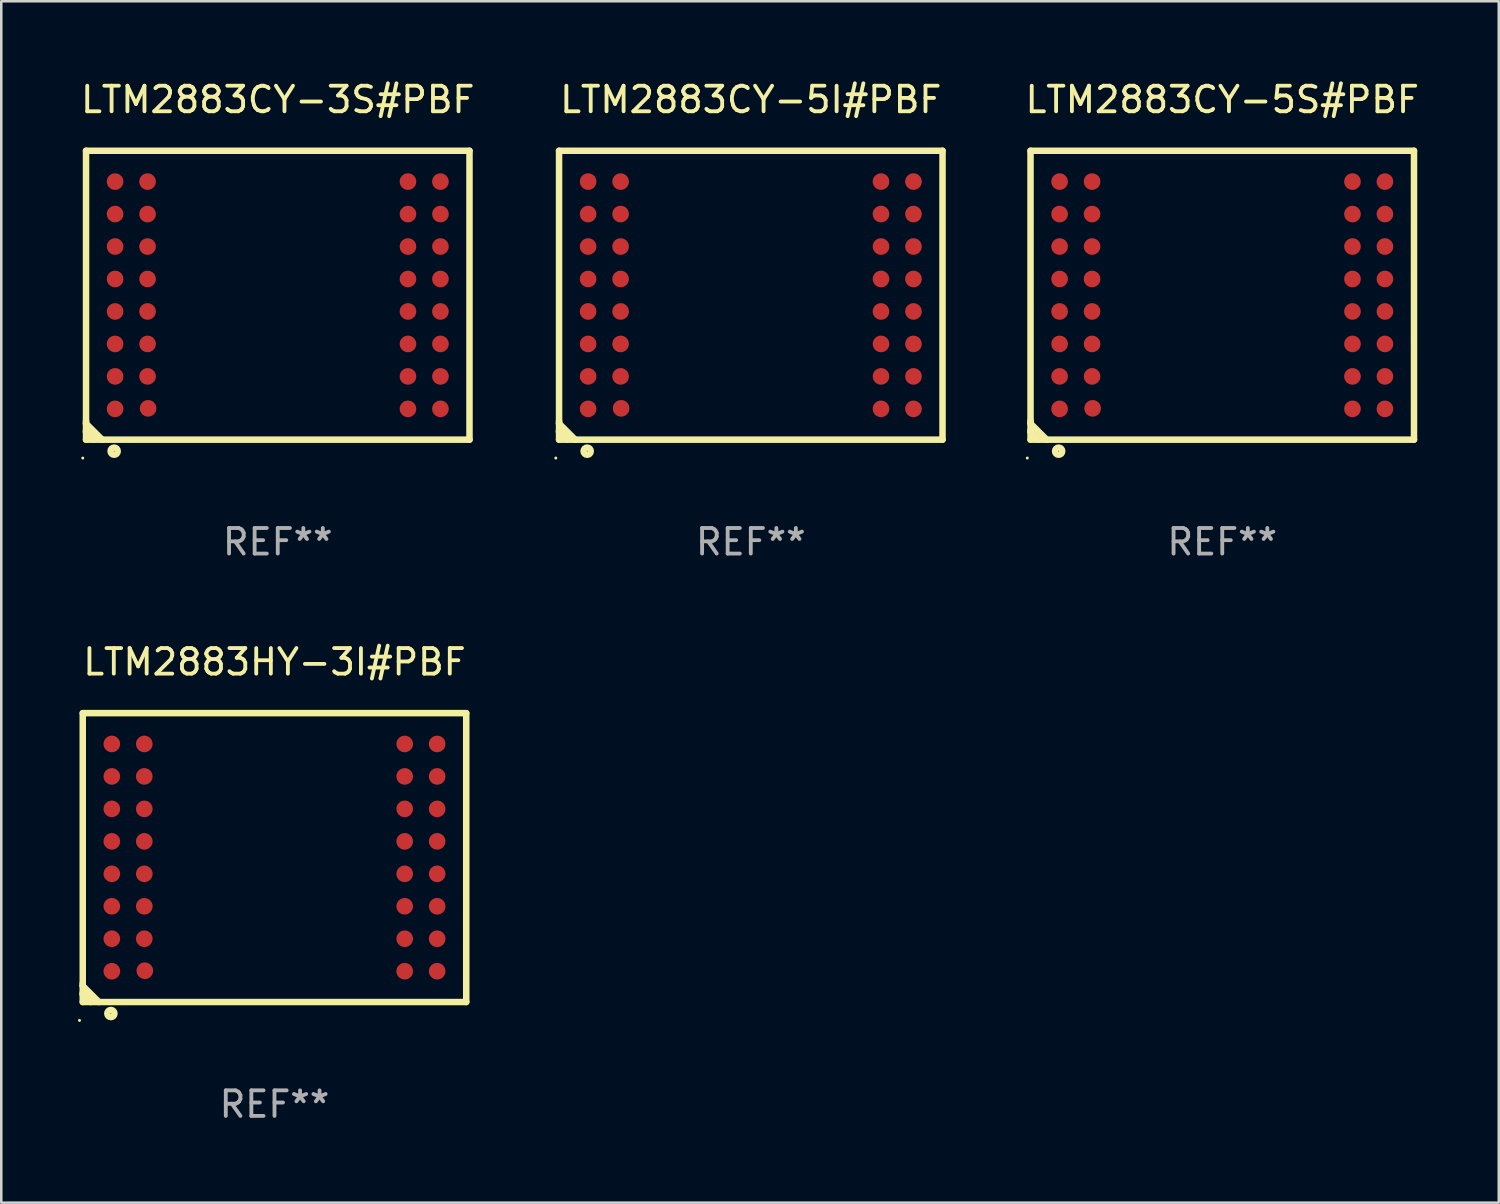
<source format=kicad_pcb>
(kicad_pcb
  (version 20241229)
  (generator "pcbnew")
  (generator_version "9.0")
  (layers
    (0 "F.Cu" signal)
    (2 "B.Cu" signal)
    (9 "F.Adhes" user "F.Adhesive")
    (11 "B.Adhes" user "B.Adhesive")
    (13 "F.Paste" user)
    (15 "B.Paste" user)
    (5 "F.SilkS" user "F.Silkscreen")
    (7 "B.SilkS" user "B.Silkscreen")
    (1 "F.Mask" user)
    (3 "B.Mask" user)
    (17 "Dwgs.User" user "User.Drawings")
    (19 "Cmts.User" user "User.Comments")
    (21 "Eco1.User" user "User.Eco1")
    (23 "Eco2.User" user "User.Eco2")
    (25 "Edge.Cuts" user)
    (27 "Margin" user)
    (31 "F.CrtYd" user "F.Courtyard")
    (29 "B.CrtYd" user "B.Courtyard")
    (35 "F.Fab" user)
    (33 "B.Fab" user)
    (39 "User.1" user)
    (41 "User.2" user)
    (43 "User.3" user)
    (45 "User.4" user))
  (footprint "LTM2883CY-3S#PBF"
    (layer "F.Cu")
    (at 7.815 8.498)
    (property "Reference" "LTM2883CY-3S#PBF" (at 0 -7.65 0) (layer "F.SilkS") (effects (font (size 1 1) (thickness 0.15))))
    (attr through_hole)
    (fp_line (start -7.5 -5.65) (end -7.5 5.65) (stroke (width 0.254) (type solid)) (layer "F.SilkS"))
    (fp_line (start -7.5 -5.65) (end 7.5 -5.65) (stroke (width 0.254) (type solid)) (layer "F.SilkS"))
    (fp_line (start -7.5 4.911) (end -7.5 5.02) (stroke (width 0.254) (type solid)) (layer "F.SilkS"))
    (fp_line (start -7.5 5.02) (end -6.87 5.65) (stroke (width 0.254) (type solid)) (layer "F.SilkS"))
    (fp_line (start -7.5 5.286) (end -7.5 5.347) (stroke (width 0.254) (type solid)) (layer "F.SilkS"))
    (fp_line (start -7.5 5.347) (end -7.197 5.65) (stroke (width 0.254) (type solid)) (layer "F.SilkS"))
    (fp_line (start -7.5 5.65) (end 7.5 5.65) (stroke (width 0.254) (type solid)) (layer "F.SilkS"))
    (fp_line (start 7.5 -5.65) (end 7.5 5.65) (stroke (width 0.254) (type solid)) (layer "F.SilkS"))
    (fp_circle (center -7.627 6.369) (end -7.597 6.369) (stroke (width 0.06) (type solid)) (fill no) (layer "F.SilkS"))
    (fp_circle (center -6.4 6.1) (end -6.259 6.1) (stroke (width 0.254) (type solid)) (fill no) (layer "F.SilkS"))
    (fp_text user "REF**" (at 0 9.65 0) (layer "F.Fab") (effects (font (size 1 1) (thickness 0.15))))
    (pad "A1" smd circle (at -6.363 4.445) (size 0.65 0.65) (layers "F.Cu" "F.Mask" "F.Paste"))
    (pad "A2" smd circle (at -6.363 3.175) (size 0.65 0.65) (layers "F.Cu" "F.Mask" "F.Paste"))
    (pad "A3" smd circle (at -6.363 1.905) (size 0.65 0.65) (layers "F.Cu" "F.Mask" "F.Paste"))
    (pad "A4" smd circle (at -6.363 0.635) (size 0.65 0.65) (layers "F.Cu" "F.Mask" "F.Paste"))
    (pad "A5" smd circle (at -6.363 -0.635) (size 0.65 0.65) (layers "F.Cu" "F.Mask" "F.Paste"))
    (pad "A6" smd circle (at -6.363 -1.905) (size 0.65 0.65) (layers "F.Cu" "F.Mask" "F.Paste"))
    (pad "A7" smd circle (at -6.363 -3.175) (size 0.65 0.65) (layers "F.Cu" "F.Mask" "F.Paste"))
    (pad "A8" smd circle (at -6.363 -4.445) (size 0.65 0.65) (layers "F.Cu" "F.Mask" "F.Paste"))
    (pad "B1" smd circle (at -5.072 4.425) (size 0.65 0.65) (layers "F.Cu" "F.Mask" "F.Paste"))
    (pad "B2" smd circle (at -5.093 3.175) (size 0.65 0.65) (layers "F.Cu" "F.Mask" "F.Paste"))
    (pad "B3" smd circle (at -5.093 1.905) (size 0.65 0.65) (layers "F.Cu" "F.Mask" "F.Paste"))
    (pad "B4" smd circle (at -5.093 0.635) (size 0.65 0.65) (layers "F.Cu" "F.Mask" "F.Paste"))
    (pad "B5" smd circle (at -5.093 -0.635) (size 0.65 0.65) (layers "F.Cu" "F.Mask" "F.Paste"))
    (pad "B6" smd circle (at -5.093 -1.905) (size 0.65 0.65) (layers "F.Cu" "F.Mask" "F.Paste"))
    (pad "B7" smd circle (at -5.093 -3.175) (size 0.65 0.65) (layers "F.Cu" "F.Mask" "F.Paste"))
    (pad "B8" smd circle (at -5.093 -4.445) (size 0.65 0.65) (layers "F.Cu" "F.Mask" "F.Paste"))
    (pad "K1" smd circle (at 5.093 4.445) (size 0.65 0.65) (layers "F.Cu" "F.Mask" "F.Paste"))
    (pad "K2" smd circle (at 5.093 3.175) (size 0.65 0.65) (layers "F.Cu" "F.Mask" "F.Paste"))
    (pad "K3" smd circle (at 5.093 1.905) (size 0.65 0.65) (layers "F.Cu" "F.Mask" "F.Paste"))
    (pad "K4" smd circle (at 5.093 0.635) (size 0.65 0.65) (layers "F.Cu" "F.Mask" "F.Paste"))
    (pad "K5" smd circle (at 5.093 -0.635) (size 0.65 0.65) (layers "F.Cu" "F.Mask" "F.Paste"))
    (pad "K6" smd circle (at 5.093 -1.905) (size 0.65 0.65) (layers "F.Cu" "F.Mask" "F.Paste"))
    (pad "K7" smd circle (at 5.093 -3.175) (size 0.65 0.65) (layers "F.Cu" "F.Mask" "F.Paste"))
    (pad "K8" smd circle (at 5.093 -4.445) (size 0.65 0.65) (layers "F.Cu" "F.Mask" "F.Paste"))
    (pad "L1" smd circle (at 6.363 4.445) (size 0.65 0.65) (layers "F.Cu" "F.Mask" "F.Paste"))
    (pad "L2" smd circle (at 6.363 3.175) (size 0.65 0.65) (layers "F.Cu" "F.Mask" "F.Paste"))
    (pad "L3" smd circle (at 6.363 1.905) (size 0.65 0.65) (layers "F.Cu" "F.Mask" "F.Paste"))
    (pad "L4" smd circle (at 6.363 0.635) (size 0.65 0.65) (layers "F.Cu" "F.Mask" "F.Paste"))
    (pad "L5" smd circle (at 6.363 -0.635) (size 0.65 0.65) (layers "F.Cu" "F.Mask" "F.Paste"))
    (pad "L6" smd circle (at 6.363 -1.905) (size 0.65 0.65) (layers "F.Cu" "F.Mask" "F.Paste"))
    (pad "L7" smd circle (at 6.363 -3.175) (size 0.65 0.65) (layers "F.Cu" "F.Mask" "F.Paste"))
    (pad "L8" smd circle (at 6.363 -4.445) (size 0.65 0.65) (layers "F.Cu" "F.Mask" "F.Paste")))
  (footprint "LTM2883CY-5I#PBF"
    (layer "F.Cu")
    (at 26.318 8.498)
    (property "Reference" "LTM2883CY-5I#PBF" (at 0 -7.65 0) (layer "F.SilkS") (effects (font (size 1 1) (thickness 0.15))))
    (attr through_hole)
    (fp_line (start -7.5 -5.65) (end -7.5 5.65) (stroke (width 0.254) (type solid)) (layer "F.SilkS"))
    (fp_line (start -7.5 -5.65) (end 7.5 -5.65) (stroke (width 0.254) (type solid)) (layer "F.SilkS"))
    (fp_line (start -7.5 4.911) (end -7.5 5.02) (stroke (width 0.254) (type solid)) (layer "F.SilkS"))
    (fp_line (start -7.5 5.02) (end -6.87 5.65) (stroke (width 0.254) (type solid)) (layer "F.SilkS"))
    (fp_line (start -7.5 5.286) (end -7.5 5.347) (stroke (width 0.254) (type solid)) (layer "F.SilkS"))
    (fp_line (start -7.5 5.347) (end -7.197 5.65) (stroke (width 0.254) (type solid)) (layer "F.SilkS"))
    (fp_line (start -7.5 5.65) (end 7.5 5.65) (stroke (width 0.254) (type solid)) (layer "F.SilkS"))
    (fp_line (start 7.5 -5.65) (end 7.5 5.65) (stroke (width 0.254) (type solid)) (layer "F.SilkS"))
    (fp_circle (center -7.627 6.369) (end -7.597 6.369) (stroke (width 0.06) (type solid)) (fill no) (layer "F.SilkS"))
    (fp_circle (center -6.4 6.1) (end -6.259 6.1) (stroke (width 0.254) (type solid)) (fill no) (layer "F.SilkS"))
    (fp_text user "REF**" (at 0 9.65 0) (layer "F.Fab") (effects (font (size 1 1) (thickness 0.15))))
    (pad "A1" smd circle (at -6.363 4.445) (size 0.65 0.65) (layers "F.Cu" "F.Mask" "F.Paste"))
    (pad "A2" smd circle (at -6.363 3.175) (size 0.65 0.65) (layers "F.Cu" "F.Mask" "F.Paste"))
    (pad "A3" smd circle (at -6.363 1.905) (size 0.65 0.65) (layers "F.Cu" "F.Mask" "F.Paste"))
    (pad "A4" smd circle (at -6.363 0.635) (size 0.65 0.65) (layers "F.Cu" "F.Mask" "F.Paste"))
    (pad "A5" smd circle (at -6.363 -0.635) (size 0.65 0.65) (layers "F.Cu" "F.Mask" "F.Paste"))
    (pad "A6" smd circle (at -6.363 -1.905) (size 0.65 0.65) (layers "F.Cu" "F.Mask" "F.Paste"))
    (pad "A7" smd circle (at -6.363 -3.175) (size 0.65 0.65) (layers "F.Cu" "F.Mask" "F.Paste"))
    (pad "A8" smd circle (at -6.363 -4.445) (size 0.65 0.65) (layers "F.Cu" "F.Mask" "F.Paste"))
    (pad "B1" smd circle (at -5.072 4.425) (size 0.65 0.65) (layers "F.Cu" "F.Mask" "F.Paste"))
    (pad "B2" smd circle (at -5.093 3.175) (size 0.65 0.65) (layers "F.Cu" "F.Mask" "F.Paste"))
    (pad "B3" smd circle (at -5.093 1.905) (size 0.65 0.65) (layers "F.Cu" "F.Mask" "F.Paste"))
    (pad "B4" smd circle (at -5.093 0.635) (size 0.65 0.65) (layers "F.Cu" "F.Mask" "F.Paste"))
    (pad "B5" smd circle (at -5.093 -0.635) (size 0.65 0.65) (layers "F.Cu" "F.Mask" "F.Paste"))
    (pad "B6" smd circle (at -5.093 -1.905) (size 0.65 0.65) (layers "F.Cu" "F.Mask" "F.Paste"))
    (pad "B7" smd circle (at -5.093 -3.175) (size 0.65 0.65) (layers "F.Cu" "F.Mask" "F.Paste"))
    (pad "B8" smd circle (at -5.093 -4.445) (size 0.65 0.65) (layers "F.Cu" "F.Mask" "F.Paste"))
    (pad "K1" smd circle (at 5.093 4.445) (size 0.65 0.65) (layers "F.Cu" "F.Mask" "F.Paste"))
    (pad "K2" smd circle (at 5.093 3.175) (size 0.65 0.65) (layers "F.Cu" "F.Mask" "F.Paste"))
    (pad "K3" smd circle (at 5.093 1.905) (size 0.65 0.65) (layers "F.Cu" "F.Mask" "F.Paste"))
    (pad "K4" smd circle (at 5.093 0.635) (size 0.65 0.65) (layers "F.Cu" "F.Mask" "F.Paste"))
    (pad "K5" smd circle (at 5.093 -0.635) (size 0.65 0.65) (layers "F.Cu" "F.Mask" "F.Paste"))
    (pad "K6" smd circle (at 5.093 -1.905) (size 0.65 0.65) (layers "F.Cu" "F.Mask" "F.Paste"))
    (pad "K7" smd circle (at 5.093 -3.175) (size 0.65 0.65) (layers "F.Cu" "F.Mask" "F.Paste"))
    (pad "K8" smd circle (at 5.093 -4.445) (size 0.65 0.65) (layers "F.Cu" "F.Mask" "F.Paste"))
    (pad "L1" smd circle (at 6.363 4.445) (size 0.65 0.65) (layers "F.Cu" "F.Mask" "F.Paste"))
    (pad "L2" smd circle (at 6.363 3.175) (size 0.65 0.65) (layers "F.Cu" "F.Mask" "F.Paste"))
    (pad "L3" smd circle (at 6.363 1.905) (size 0.65 0.65) (layers "F.Cu" "F.Mask" "F.Paste"))
    (pad "L4" smd circle (at 6.363 0.635) (size 0.65 0.65) (layers "F.Cu" "F.Mask" "F.Paste"))
    (pad "L5" smd circle (at 6.363 -0.635) (size 0.65 0.65) (layers "F.Cu" "F.Mask" "F.Paste"))
    (pad "L6" smd circle (at 6.363 -1.905) (size 0.65 0.65) (layers "F.Cu" "F.Mask" "F.Paste"))
    (pad "L7" smd circle (at 6.363 -3.175) (size 0.65 0.65) (layers "F.Cu" "F.Mask" "F.Paste"))
    (pad "L8" smd circle (at 6.363 -4.445) (size 0.65 0.65) (layers "F.Cu" "F.Mask" "F.Paste")))
  (footprint "LTM2883CY-5S#PBF"
    (layer "F.Cu")
    (at 44.76 8.498)
    (property "Reference" "LTM2883CY-5S#PBF" (at 0 -7.65 0) (layer "F.SilkS") (effects (font (size 1 1) (thickness 0.15))))
    (attr through_hole)
    (fp_line (start -7.5 -5.65) (end -7.5 5.65) (stroke (width 0.254) (type solid)) (layer "F.SilkS"))
    (fp_line (start -7.5 -5.65) (end 7.5 -5.65) (stroke (width 0.254) (type solid)) (layer "F.SilkS"))
    (fp_line (start -7.5 4.911) (end -7.5 5.02) (stroke (width 0.254) (type solid)) (layer "F.SilkS"))
    (fp_line (start -7.5 5.02) (end -6.87 5.65) (stroke (width 0.254) (type solid)) (layer "F.SilkS"))
    (fp_line (start -7.5 5.286) (end -7.5 5.347) (stroke (width 0.254) (type solid)) (layer "F.SilkS"))
    (fp_line (start -7.5 5.347) (end -7.197 5.65) (stroke (width 0.254) (type solid)) (layer "F.SilkS"))
    (fp_line (start -7.5 5.65) (end 7.5 5.65) (stroke (width 0.254) (type solid)) (layer "F.SilkS"))
    (fp_line (start 7.5 -5.65) (end 7.5 5.65) (stroke (width 0.254) (type solid)) (layer "F.SilkS"))
    (fp_circle (center -7.627 6.369) (end -7.597 6.369) (stroke (width 0.06) (type solid)) (fill no) (layer "F.SilkS"))
    (fp_circle (center -6.4 6.1) (end -6.259 6.1) (stroke (width 0.254) (type solid)) (fill no) (layer "F.SilkS"))
    (fp_text user "REF**" (at 0 9.65 0) (layer "F.Fab") (effects (font (size 1 1) (thickness 0.15))))
    (pad "A1" smd circle (at -6.363 4.445) (size 0.65 0.65) (layers "F.Cu" "F.Mask" "F.Paste"))
    (pad "A2" smd circle (at -6.363 3.175) (size 0.65 0.65) (layers "F.Cu" "F.Mask" "F.Paste"))
    (pad "A3" smd circle (at -6.363 1.905) (size 0.65 0.65) (layers "F.Cu" "F.Mask" "F.Paste"))
    (pad "A4" smd circle (at -6.363 0.635) (size 0.65 0.65) (layers "F.Cu" "F.Mask" "F.Paste"))
    (pad "A5" smd circle (at -6.363 -0.635) (size 0.65 0.65) (layers "F.Cu" "F.Mask" "F.Paste"))
    (pad "A6" smd circle (at -6.363 -1.905) (size 0.65 0.65) (layers "F.Cu" "F.Mask" "F.Paste"))
    (pad "A7" smd circle (at -6.363 -3.175) (size 0.65 0.65) (layers "F.Cu" "F.Mask" "F.Paste"))
    (pad "A8" smd circle (at -6.363 -4.445) (size 0.65 0.65) (layers "F.Cu" "F.Mask" "F.Paste"))
    (pad "B1" smd circle (at -5.072 4.425) (size 0.65 0.65) (layers "F.Cu" "F.Mask" "F.Paste"))
    (pad "B2" smd circle (at -5.093 3.175) (size 0.65 0.65) (layers "F.Cu" "F.Mask" "F.Paste"))
    (pad "B3" smd circle (at -5.093 1.905) (size 0.65 0.65) (layers "F.Cu" "F.Mask" "F.Paste"))
    (pad "B4" smd circle (at -5.093 0.635) (size 0.65 0.65) (layers "F.Cu" "F.Mask" "F.Paste"))
    (pad "B5" smd circle (at -5.093 -0.635) (size 0.65 0.65) (layers "F.Cu" "F.Mask" "F.Paste"))
    (pad "B6" smd circle (at -5.093 -1.905) (size 0.65 0.65) (layers "F.Cu" "F.Mask" "F.Paste"))
    (pad "B7" smd circle (at -5.093 -3.175) (size 0.65 0.65) (layers "F.Cu" "F.Mask" "F.Paste"))
    (pad "B8" smd circle (at -5.093 -4.445) (size 0.65 0.65) (layers "F.Cu" "F.Mask" "F.Paste"))
    (pad "K1" smd circle (at 5.093 4.445) (size 0.65 0.65) (layers "F.Cu" "F.Mask" "F.Paste"))
    (pad "K2" smd circle (at 5.093 3.175) (size 0.65 0.65) (layers "F.Cu" "F.Mask" "F.Paste"))
    (pad "K3" smd circle (at 5.093 1.905) (size 0.65 0.65) (layers "F.Cu" "F.Mask" "F.Paste"))
    (pad "K4" smd circle (at 5.093 0.635) (size 0.65 0.65) (layers "F.Cu" "F.Mask" "F.Paste"))
    (pad "K5" smd circle (at 5.093 -0.635) (size 0.65 0.65) (layers "F.Cu" "F.Mask" "F.Paste"))
    (pad "K6" smd circle (at 5.093 -1.905) (size 0.65 0.65) (layers "F.Cu" "F.Mask" "F.Paste"))
    (pad "K7" smd circle (at 5.093 -3.175) (size 0.65 0.65) (layers "F.Cu" "F.Mask" "F.Paste"))
    (pad "K8" smd circle (at 5.093 -4.445) (size 0.65 0.65) (layers "F.Cu" "F.Mask" "F.Paste"))
    (pad "L1" smd circle (at 6.363 4.445) (size 0.65 0.65) (layers "F.Cu" "F.Mask" "F.Paste"))
    (pad "L2" smd circle (at 6.363 3.175) (size 0.65 0.65) (layers "F.Cu" "F.Mask" "F.Paste"))
    (pad "L3" smd circle (at 6.363 1.905) (size 0.65 0.65) (layers "F.Cu" "F.Mask" "F.Paste"))
    (pad "L4" smd circle (at 6.363 0.635) (size 0.65 0.65) (layers "F.Cu" "F.Mask" "F.Paste"))
    (pad "L5" smd circle (at 6.363 -0.635) (size 0.65 0.65) (layers "F.Cu" "F.Mask" "F.Paste"))
    (pad "L6" smd circle (at 6.363 -1.905) (size 0.65 0.65) (layers "F.Cu" "F.Mask" "F.Paste"))
    (pad "L7" smd circle (at 6.363 -3.175) (size 0.65 0.65) (layers "F.Cu" "F.Mask" "F.Paste"))
    (pad "L8" smd circle (at 6.363 -4.445) (size 0.65 0.65) (layers "F.Cu" "F.Mask" "F.Paste")))
  (footprint "LTM2883HY-3I#PBF"
    (layer "F.Cu")
    (at 7.687 30.495)
    (property "Reference" "LTM2883HY-3I#PBF" (at 0 -7.65 0) (layer "F.SilkS") (effects (font (size 1 1) (thickness 0.15))))
    (attr through_hole)
    (fp_line (start -7.5 -5.65) (end -7.5 5.65) (stroke (width 0.254) (type solid)) (layer "F.SilkS"))
    (fp_line (start -7.5 -5.65) (end 7.5 -5.65) (stroke (width 0.254) (type solid)) (layer "F.SilkS"))
    (fp_line (start -7.5 4.911) (end -7.5 5.02) (stroke (width 0.254) (type solid)) (layer "F.SilkS"))
    (fp_line (start -7.5 5.02) (end -6.87 5.65) (stroke (width 0.254) (type solid)) (layer "F.SilkS"))
    (fp_line (start -7.5 5.286) (end -7.5 5.347) (stroke (width 0.254) (type solid)) (layer "F.SilkS"))
    (fp_line (start -7.5 5.347) (end -7.197 5.65) (stroke (width 0.254) (type solid)) (layer "F.SilkS"))
    (fp_line (start -7.5 5.65) (end 7.5 5.65) (stroke (width 0.254) (type solid)) (layer "F.SilkS"))
    (fp_line (start 7.5 -5.65) (end 7.5 5.65) (stroke (width 0.254) (type solid)) (layer "F.SilkS"))
    (fp_circle (center -7.627 6.369) (end -7.597 6.369) (stroke (width 0.06) (type solid)) (fill no) (layer "F.SilkS"))
    (fp_circle (center -6.4 6.1) (end -6.259 6.1) (stroke (width 0.254) (type solid)) (fill no) (layer "F.SilkS"))
    (fp_text user "REF**" (at 0 9.65 0) (layer "F.Fab") (effects (font (size 1 1) (thickness 0.15))))
    (pad "A1" smd circle (at -6.363 4.445) (size 0.65 0.65) (layers "F.Cu" "F.Mask" "F.Paste"))
    (pad "A2" smd circle (at -6.363 3.175) (size 0.65 0.65) (layers "F.Cu" "F.Mask" "F.Paste"))
    (pad "A3" smd circle (at -6.363 1.905) (size 0.65 0.65) (layers "F.Cu" "F.Mask" "F.Paste"))
    (pad "A4" smd circle (at -6.363 0.635) (size 0.65 0.65) (layers "F.Cu" "F.Mask" "F.Paste"))
    (pad "A5" smd circle (at -6.363 -0.635) (size 0.65 0.65) (layers "F.Cu" "F.Mask" "F.Paste"))
    (pad "A6" smd circle (at -6.363 -1.905) (size 0.65 0.65) (layers "F.Cu" "F.Mask" "F.Paste"))
    (pad "A7" smd circle (at -6.363 -3.175) (size 0.65 0.65) (layers "F.Cu" "F.Mask" "F.Paste"))
    (pad "A8" smd circle (at -6.363 -4.445) (size 0.65 0.65) (layers "F.Cu" "F.Mask" "F.Paste"))
    (pad "B1" smd circle (at -5.072 4.425) (size 0.65 0.65) (layers "F.Cu" "F.Mask" "F.Paste"))
    (pad "B2" smd circle (at -5.093 3.175) (size 0.65 0.65) (layers "F.Cu" "F.Mask" "F.Paste"))
    (pad "B3" smd circle (at -5.093 1.905) (size 0.65 0.65) (layers "F.Cu" "F.Mask" "F.Paste"))
    (pad "B4" smd circle (at -5.093 0.635) (size 0.65 0.65) (layers "F.Cu" "F.Mask" "F.Paste"))
    (pad "B5" smd circle (at -5.093 -0.635) (size 0.65 0.65) (layers "F.Cu" "F.Mask" "F.Paste"))
    (pad "B6" smd circle (at -5.093 -1.905) (size 0.65 0.65) (layers "F.Cu" "F.Mask" "F.Paste"))
    (pad "B7" smd circle (at -5.093 -3.175) (size 0.65 0.65) (layers "F.Cu" "F.Mask" "F.Paste"))
    (pad "B8" smd circle (at -5.093 -4.445) (size 0.65 0.65) (layers "F.Cu" "F.Mask" "F.Paste"))
    (pad "K1" smd circle (at 5.093 4.445) (size 0.65 0.65) (layers "F.Cu" "F.Mask" "F.Paste"))
    (pad "K2" smd circle (at 5.093 3.175) (size 0.65 0.65) (layers "F.Cu" "F.Mask" "F.Paste"))
    (pad "K3" smd circle (at 5.093 1.905) (size 0.65 0.65) (layers "F.Cu" "F.Mask" "F.Paste"))
    (pad "K4" smd circle (at 5.093 0.635) (size 0.65 0.65) (layers "F.Cu" "F.Mask" "F.Paste"))
    (pad "K5" smd circle (at 5.093 -0.635) (size 0.65 0.65) (layers "F.Cu" "F.Mask" "F.Paste"))
    (pad "K6" smd circle (at 5.093 -1.905) (size 0.65 0.65) (layers "F.Cu" "F.Mask" "F.Paste"))
    (pad "K7" smd circle (at 5.093 -3.175) (size 0.65 0.65) (layers "F.Cu" "F.Mask" "F.Paste"))
    (pad "K8" smd circle (at 5.093 -4.445) (size 0.65 0.65) (layers "F.Cu" "F.Mask" "F.Paste"))
    (pad "L1" smd circle (at 6.363 4.445) (size 0.65 0.65) (layers "F.Cu" "F.Mask" "F.Paste"))
    (pad "L2" smd circle (at 6.363 3.175) (size 0.65 0.65) (layers "F.Cu" "F.Mask" "F.Paste"))
    (pad "L3" smd circle (at 6.363 1.905) (size 0.65 0.65) (layers "F.Cu" "F.Mask" "F.Paste"))
    (pad "L4" smd circle (at 6.363 0.635) (size 0.65 0.65) (layers "F.Cu" "F.Mask" "F.Paste"))
    (pad "L5" smd circle (at 6.363 -0.635) (size 0.65 0.65) (layers "F.Cu" "F.Mask" "F.Paste"))
    (pad "L6" smd circle (at 6.363 -1.905) (size 0.65 0.65) (layers "F.Cu" "F.Mask" "F.Paste"))
    (pad "L7" smd circle (at 6.363 -3.175) (size 0.65 0.65) (layers "F.Cu" "F.Mask" "F.Paste"))
    (pad "L8" smd circle (at 6.363 -4.445) (size 0.65 0.65) (layers "F.Cu" "F.Mask" "F.Paste")))
  (gr_rect
    (start -3 -3)
    (end 55.576 43.993)
    (stroke (width 0.1) (type default))
    (fill no)
    (layer "Edge.Cuts")))
</source>
